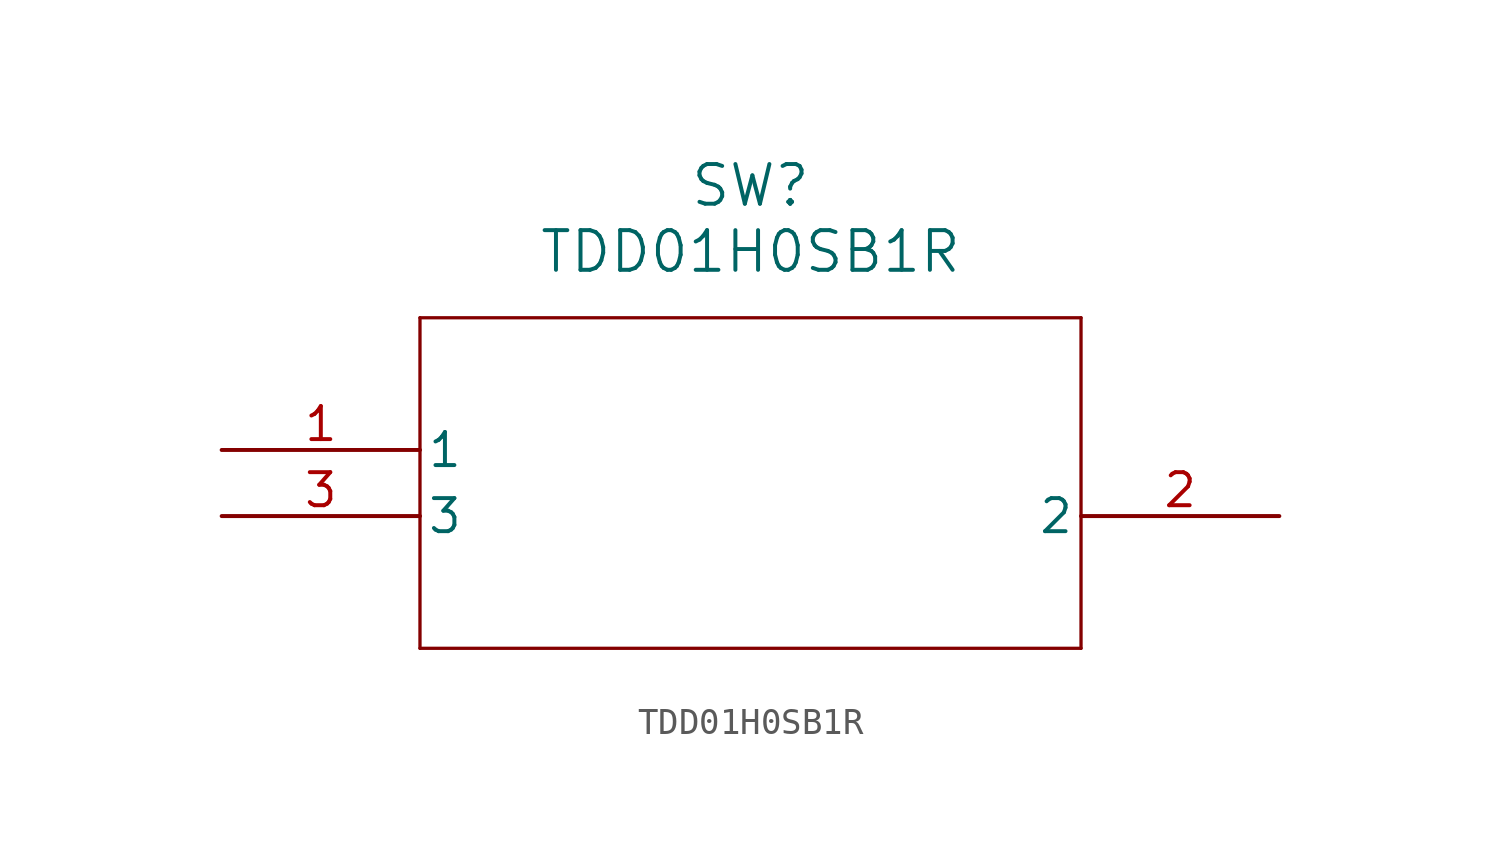
<source format=kicad_sym>
(kicad_symbol_lib
  (version 20231120)
  (generator "kicad_symbol_editor")
  (generator_version "8.0")
  (symbol "TDD01H0SB1R"
    (pin_names
      (offset 0.254))
    (property "Reference" "SW"
      (at 20.32 10.16 0)
      (effects (font (size 1.524 1.524))))
    (property "Value" "TDD01H0SB1R"
      (at 20.32 7.62 0)
      (effects (font (size 1.524 1.524))))
    (symbol "TDD01H0SB1R_0_1"
      (polyline (pts (xy 7.62 -7.62) (xy 33.02 -7.62)) (stroke (width 0.127) (type default)) (fill (type none)))
      (polyline (pts (xy 7.62 5.08) (xy 7.62 -7.62)) (stroke (width 0.127) (type default)) (fill (type none)))
      (polyline (pts (xy 33.02 -7.62) (xy 33.02 5.08)) (stroke (width 0.127) (type default)) (fill (type none)))
      (polyline (pts (xy 33.02 5.08) (xy 7.62 5.08)) (stroke (width 0.127) (type default)) (fill (type none)))
      (pin unspecified line (at 0 0 0) (length 7.62) (name "1" (effects (font (size 1.27 1.27)))) (number "1" (effects (font (size 1.27 1.27)))))
      (pin unspecified line (at 40.64 -2.54 180) (length 7.62) (name "2" (effects (font (size 1.27 1.27)))) (number "2" (effects (font (size 1.27 1.27)))))
      (pin unspecified line (at 0 -2.54 0) (length 7.62) (name "3" (effects (font (size 1.27 1.27)))) (number "3" (effects (font (size 1.27 1.27))))))))
</source>
